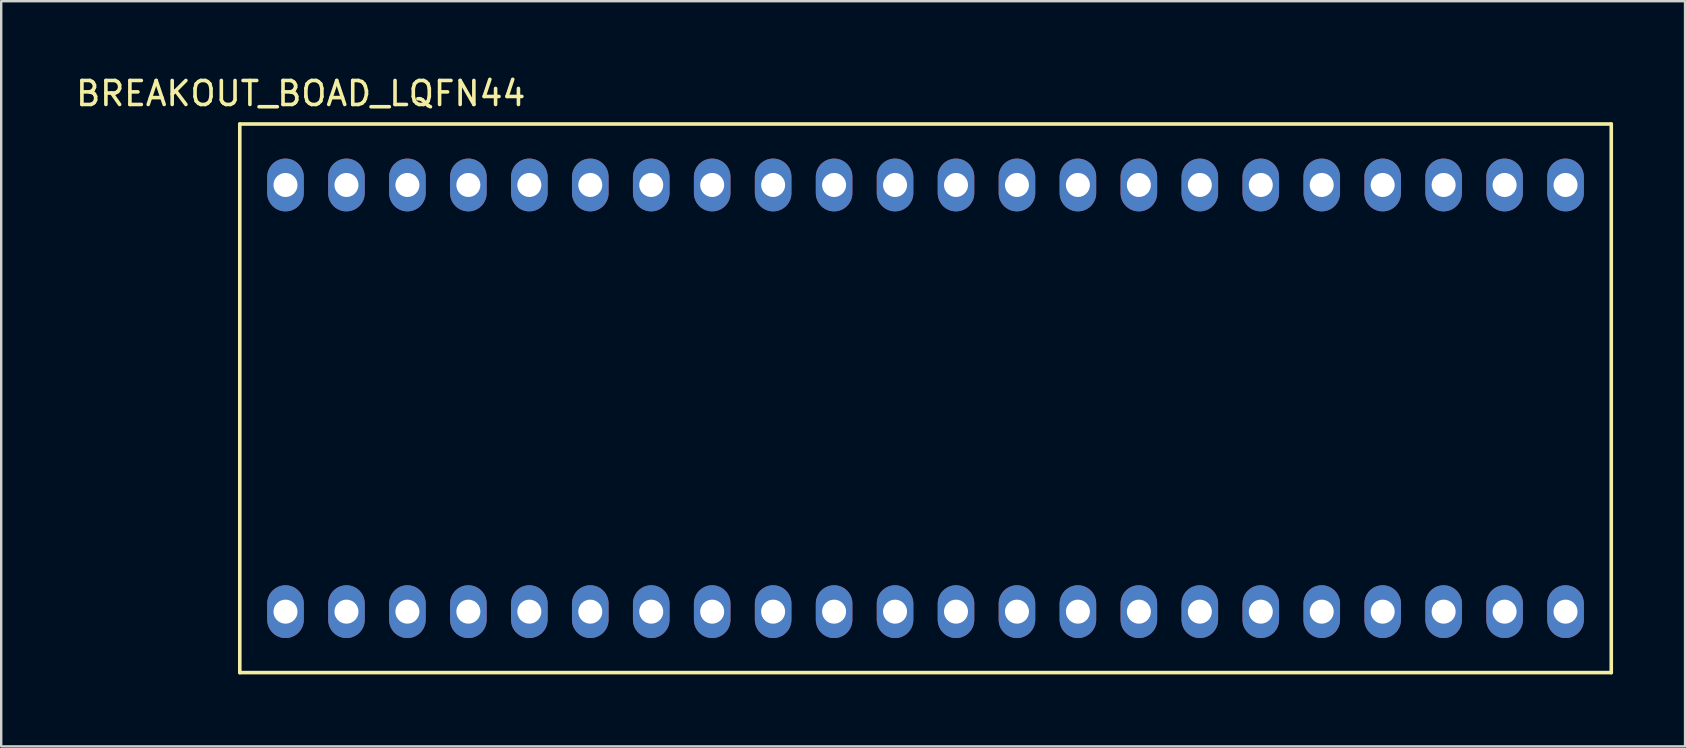
<source format=kicad_pcb>
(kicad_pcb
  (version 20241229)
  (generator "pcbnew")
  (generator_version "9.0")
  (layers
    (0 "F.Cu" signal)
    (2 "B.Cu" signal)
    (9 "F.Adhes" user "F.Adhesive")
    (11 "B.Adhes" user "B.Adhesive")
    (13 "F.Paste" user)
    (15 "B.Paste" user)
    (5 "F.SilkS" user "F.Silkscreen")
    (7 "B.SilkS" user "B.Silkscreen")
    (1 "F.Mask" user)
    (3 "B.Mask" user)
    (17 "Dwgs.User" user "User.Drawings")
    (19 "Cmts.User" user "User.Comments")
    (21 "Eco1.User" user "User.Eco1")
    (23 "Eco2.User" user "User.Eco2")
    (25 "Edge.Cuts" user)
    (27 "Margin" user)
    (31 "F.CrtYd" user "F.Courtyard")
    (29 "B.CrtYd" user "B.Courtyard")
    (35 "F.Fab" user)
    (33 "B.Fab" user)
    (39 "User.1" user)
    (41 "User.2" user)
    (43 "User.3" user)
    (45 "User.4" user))
  (footprint "BREAKOUT_BOAD_LQFN44"
    (layer "F.Cu")
    (at 35.517 13.548)
    (property "Reference" "BREAKOUT_BOAD_LQFN44" (at -26.035 -12.7 0) (layer "F.SilkS") (effects (font (size 1 1) (thickness 0.15))))
    (attr through_hole)
    (fp_line (start -28.575 -11.43) (end -28.575 11.43) (stroke (width 0.15) (type solid)) (layer "F.SilkS"))
    (fp_line (start -28.575 11.43) (end 28.575 11.43) (stroke (width 0.15) (type solid)) (layer "F.SilkS"))
    (fp_line (start 28.575 -11.43) (end -28.575 -11.43) (stroke (width 0.15) (type solid)) (layer "F.SilkS"))
    (fp_line (start 28.575 11.43) (end 28.575 -11.43) (stroke (width 0.15) (type solid)) (layer "F.SilkS"))
    (pad "1" thru_hole oval (at -26.67 8.89) (size 1.524 2.2) (drill 1.001) (layers "*.Cu" "*.Mask"))
    (pad "2" thru_hole oval (at -24.13 8.89) (size 1.524 2.2) (drill 1.001) (layers "*.Cu" "*.Mask"))
    (pad "3" thru_hole oval (at -21.59 8.89) (size 1.524 2.2) (drill 1.001) (layers "*.Cu" "*.Mask"))
    (pad "4" thru_hole oval (at -19.05 8.89) (size 1.524 2.2) (drill 1.001) (layers "*.Cu" "*.Mask"))
    (pad "5" thru_hole oval (at -16.51 8.89) (size 1.524 2.2) (drill 1.001) (layers "*.Cu" "*.Mask"))
    (pad "6" thru_hole oval (at -13.97 8.89) (size 1.524 2.2) (drill 1.001) (layers "*.Cu" "*.Mask"))
    (pad "7" thru_hole oval (at -11.43 8.89) (size 1.524 2.2) (drill 1.001) (layers "*.Cu" "*.Mask"))
    (pad "8" thru_hole oval (at -8.89 8.89) (size 1.524 2.2) (drill 1.001) (layers "*.Cu" "*.Mask"))
    (pad "9" thru_hole oval (at -6.35 8.89) (size 1.524 2.2) (drill 1.001) (layers "*.Cu" "*.Mask"))
    (pad "10" thru_hole oval (at -3.81 8.89) (size 1.524 2.2) (drill 1.001) (layers "*.Cu" "*.Mask"))
    (pad "11" thru_hole oval (at -1.27 8.89) (size 1.524 2.2) (drill 1.001) (layers "*.Cu" "*.Mask"))
    (pad "12" thru_hole oval (at 1.27 8.89) (size 1.524 2.2) (drill 1.001) (layers "*.Cu" "*.Mask"))
    (pad "13" thru_hole oval (at 3.81 8.89) (size 1.524 2.2) (drill 1.001) (layers "*.Cu" "*.Mask"))
    (pad "14" thru_hole oval (at 6.35 8.89) (size 1.524 2.2) (drill 1.001) (layers "*.Cu" "*.Mask"))
    (pad "15" thru_hole oval (at 8.89 8.89) (size 1.524 2.2) (drill 1.001) (layers "*.Cu" "*.Mask"))
    (pad "16" thru_hole oval (at 11.43 8.89) (size 1.524 2.2) (drill 1.001) (layers "*.Cu" "*.Mask"))
    (pad "17" thru_hole oval (at 13.97 8.89) (size 1.524 2.2) (drill 1.001) (layers "*.Cu" "*.Mask"))
    (pad "18" thru_hole oval (at 16.51 8.89) (size 1.524 2.2) (drill 1.001) (layers "*.Cu" "*.Mask"))
    (pad "19" thru_hole oval (at 19.05 8.89) (size 1.524 2.2) (drill 1.001) (layers "*.Cu" "*.Mask"))
    (pad "20" thru_hole oval (at 21.59 8.89) (size 1.524 2.2) (drill 1.001) (layers "*.Cu" "*.Mask"))
    (pad "21" thru_hole oval (at 24.13 8.89) (size 1.524 2.2) (drill 1.001) (layers "*.Cu" "*.Mask"))
    (pad "22" thru_hole oval (at 26.67 8.89) (size 1.524 2.2) (drill 1.001) (layers "*.Cu" "*.Mask"))
    (pad "23" thru_hole oval (at 26.67 -8.89) (size 1.524 2.2) (drill 1.001) (layers "*.Cu" "*.Mask"))
    (pad "24" thru_hole oval (at 24.13 -8.89) (size 1.524 2.2) (drill 1.001) (layers "*.Cu" "*.Mask"))
    (pad "25" thru_hole oval (at 21.59 -8.89) (size 1.524 2.2) (drill 1.001) (layers "*.Cu" "*.Mask"))
    (pad "26" thru_hole oval (at 19.05 -8.89) (size 1.524 2.2) (drill 1.001) (layers "*.Cu" "*.Mask"))
    (pad "27" thru_hole oval (at 16.51 -8.89) (size 1.524 2.2) (drill 1.001) (layers "*.Cu" "*.Mask"))
    (pad "28" thru_hole oval (at 13.97 -8.89) (size 1.524 2.2) (drill 1.001) (layers "*.Cu" "*.Mask"))
    (pad "29" thru_hole oval (at 11.43 -8.89) (size 1.524 2.2) (drill 1.001) (layers "*.Cu" "*.Mask"))
    (pad "30" thru_hole oval (at 8.89 -8.89) (size 1.524 2.2) (drill 1.001) (layers "*.Cu" "*.Mask"))
    (pad "31" thru_hole oval (at 6.35 -8.89) (size 1.524 2.2) (drill 1.001) (layers "*.Cu" "*.Mask"))
    (pad "32" thru_hole oval (at 3.81 -8.89) (size 1.524 2.2) (drill 1.001) (layers "*.Cu" "*.Mask"))
    (pad "33" thru_hole oval (at 1.27 -8.89) (size 1.524 2.2) (drill 1.001) (layers "*.Cu" "*.Mask"))
    (pad "34" thru_hole oval (at -1.27 -8.89) (size 1.524 2.2) (drill 1.001) (layers "*.Cu" "*.Mask"))
    (pad "35" thru_hole oval (at -3.81 -8.89) (size 1.524 2.2) (drill 1.001) (layers "*.Cu" "*.Mask"))
    (pad "36" thru_hole oval (at -6.35 -8.89) (size 1.524 2.2) (drill 1.001) (layers "*.Cu" "*.Mask"))
    (pad "37" thru_hole oval (at -8.89 -8.89) (size 1.524 2.2) (drill 1.001) (layers "*.Cu" "*.Mask"))
    (pad "38" thru_hole oval (at -11.43 -8.89) (size 1.524 2.2) (drill 1.001) (layers "*.Cu" "*.Mask"))
    (pad "39" thru_hole oval (at -13.97 -8.89) (size 1.524 2.2) (drill 1.001) (layers "*.Cu" "*.Mask"))
    (pad "40" thru_hole oval (at -16.51 -8.89) (size 1.524 2.2) (drill 1.001) (layers "*.Cu" "*.Mask"))
    (pad "41" thru_hole oval (at -19.05 -8.89) (size 1.524 2.2) (drill 1.001) (layers "*.Cu" "*.Mask"))
    (pad "42" thru_hole oval (at -21.59 -8.89) (size 1.524 2.2) (drill 1.001) (layers "*.Cu" "*.Mask"))
    (pad "43" thru_hole oval (at -24.13 -8.89) (size 1.524 2.2) (drill 1.001) (layers "*.Cu" "*.Mask"))
    (pad "44" thru_hole oval (at -26.67 -8.89) (size 1.524 2.2) (drill 1.001) (layers "*.Cu" "*.Mask")))
  (gr_rect
    (start -3 -3)
    (end 67.167 28.053)
    (stroke (width 0.1) (type default))
    (fill no)
    (layer "Edge.Cuts")))
</source>
